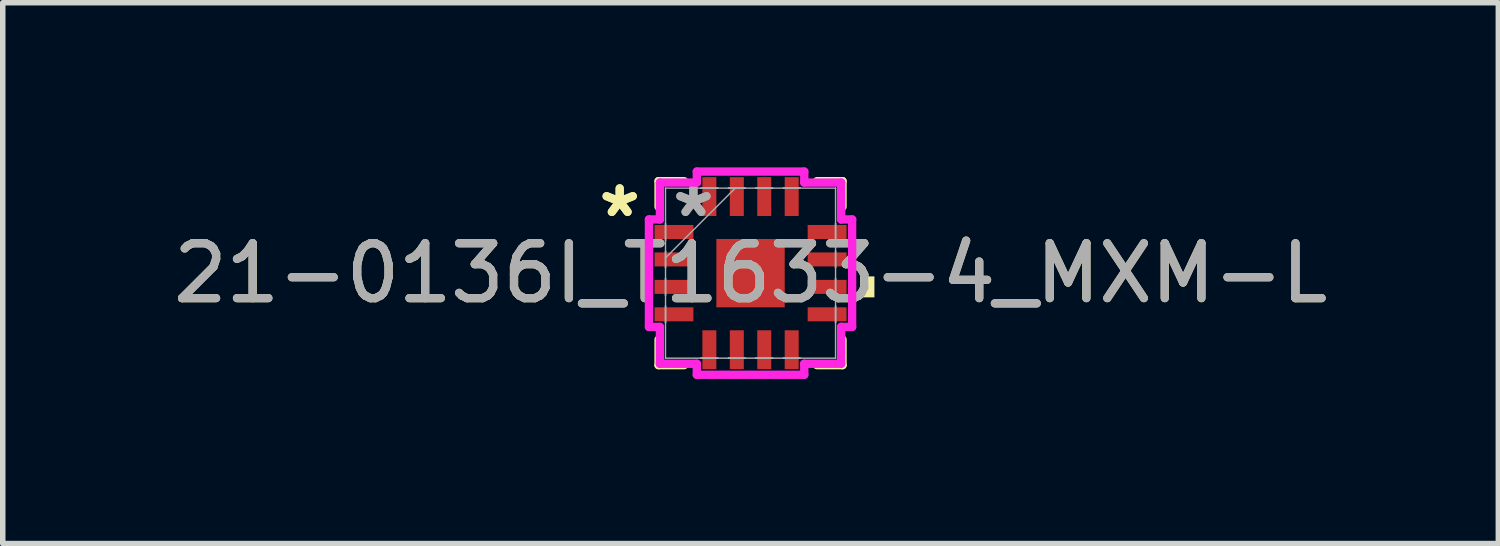
<source format=kicad_pcb>
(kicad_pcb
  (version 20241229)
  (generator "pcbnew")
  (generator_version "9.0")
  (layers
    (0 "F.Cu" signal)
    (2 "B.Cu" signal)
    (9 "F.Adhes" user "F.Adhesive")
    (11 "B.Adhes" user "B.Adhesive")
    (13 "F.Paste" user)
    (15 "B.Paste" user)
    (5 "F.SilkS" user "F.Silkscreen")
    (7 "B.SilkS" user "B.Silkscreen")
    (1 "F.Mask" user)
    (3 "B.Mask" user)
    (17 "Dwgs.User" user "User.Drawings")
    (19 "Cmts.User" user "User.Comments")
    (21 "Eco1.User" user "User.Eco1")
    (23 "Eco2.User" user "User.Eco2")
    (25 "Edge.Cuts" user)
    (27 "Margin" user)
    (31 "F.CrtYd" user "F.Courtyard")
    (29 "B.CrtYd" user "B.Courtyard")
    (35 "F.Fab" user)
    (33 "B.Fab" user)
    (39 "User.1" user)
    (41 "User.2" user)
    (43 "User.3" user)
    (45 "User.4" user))
  (footprint "21-0136I_T1633-4_MXM-L"
    (layer "F.Cu")
    (at 10.625 1.927)
    (property "Reference" "21-0136I_T1633-4_MXM-L" (at 0 0 0) (unlocked yes) (layer "F.SilkS") (effects (font (size 1 1) (thickness 0.15))))
    (attr smd)
    (fp_line (start -1.676 -1.676) (end -1.676 -1.21) (stroke (width 0.152) (type solid)) (layer "F.SilkS"))
    (fp_line (start -1.676 1.21) (end -1.676 1.676) (stroke (width 0.152) (type solid)) (layer "F.SilkS"))
    (fp_line (start -1.676 1.676) (end -1.21 1.676) (stroke (width 0.152) (type solid)) (layer "F.SilkS"))
    (fp_line (start -1.21 -1.676) (end -1.676 -1.676) (stroke (width 0.152) (type solid)) (layer "F.SilkS"))
    (fp_line (start 1.21 1.676) (end 1.676 1.676) (stroke (width 0.152) (type solid)) (layer "F.SilkS"))
    (fp_line (start 1.676 -1.676) (end 1.21 -1.676) (stroke (width 0.152) (type solid)) (layer "F.SilkS"))
    (fp_line (start 1.676 -1.21) (end 1.676 -1.676) (stroke (width 0.152) (type solid)) (layer "F.SilkS"))
    (fp_line (start 1.676 1.676) (end 1.676 1.21) (stroke (width 0.152) (type solid)) (layer "F.SilkS"))
    (fp_poly (pts (xy 2.257 0.059) (xy 2.257 0.441) (xy 2.003 0.441) (xy 2.003 0.059)) (stroke (width 0) (type solid)) (fill yes) (layer "F.SilkS"))
    (fp_line (start -1.851 -0.979) (end -1.651 -0.979) (stroke (width 0.152) (type solid)) (layer "F.CrtYd"))
    (fp_line (start -1.851 0.979) (end -1.851 -0.979) (stroke (width 0.152) (type solid)) (layer "F.CrtYd"))
    (fp_line (start -1.651 -1.651) (end -0.979 -1.651) (stroke (width 0.152) (type solid)) (layer "F.CrtYd"))
    (fp_line (start -1.651 -0.979) (end -1.651 -1.651) (stroke (width 0.152) (type solid)) (layer "F.CrtYd"))
    (fp_line (start -1.651 0.979) (end -1.851 0.979) (stroke (width 0.152) (type solid)) (layer "F.CrtYd"))
    (fp_line (start -1.651 1.651) (end -1.651 0.979) (stroke (width 0.152) (type solid)) (layer "F.CrtYd"))
    (fp_line (start -0.979 -1.851) (end 0.979 -1.851) (stroke (width 0.152) (type solid)) (layer "F.CrtYd"))
    (fp_line (start -0.979 -1.651) (end -0.979 -1.851) (stroke (width 0.152) (type solid)) (layer "F.CrtYd"))
    (fp_line (start -0.979 1.651) (end -1.651 1.651) (stroke (width 0.152) (type solid)) (layer "F.CrtYd"))
    (fp_line (start -0.979 1.851) (end -0.979 1.651) (stroke (width 0.152) (type solid)) (layer "F.CrtYd"))
    (fp_line (start 0.979 -1.851) (end 0.979 -1.651) (stroke (width 0.152) (type solid)) (layer "F.CrtYd"))
    (fp_line (start 0.979 -1.651) (end 1.651 -1.651) (stroke (width 0.152) (type solid)) (layer "F.CrtYd"))
    (fp_line (start 0.979 1.651) (end 0.979 1.851) (stroke (width 0.152) (type solid)) (layer "F.CrtYd"))
    (fp_line (start 0.979 1.851) (end -0.979 1.851) (stroke (width 0.152) (type solid)) (layer "F.CrtYd"))
    (fp_line (start 1.651 -1.651) (end 1.651 -0.979) (stroke (width 0.152) (type solid)) (layer "F.CrtYd"))
    (fp_line (start 1.651 -0.979) (end 1.851 -0.979) (stroke (width 0.152) (type solid)) (layer "F.CrtYd"))
    (fp_line (start 1.651 0.979) (end 1.651 1.651) (stroke (width 0.152) (type solid)) (layer "F.CrtYd"))
    (fp_line (start 1.651 1.651) (end 0.979 1.651) (stroke (width 0.152) (type solid)) (layer "F.CrtYd"))
    (fp_line (start 1.851 -0.979) (end 1.851 0.979) (stroke (width 0.152) (type solid)) (layer "F.CrtYd"))
    (fp_line (start 1.851 0.979) (end 1.651 0.979) (stroke (width 0.152) (type solid)) (layer "F.CrtYd"))
    (fp_line (start -1.549 -1.549) (end -1.549 -1.549) (stroke (width 0.025) (type solid)) (layer "F.Fab"))
    (fp_line (start -1.549 -1.549) (end -1.549 1.549) (stroke (width 0.025) (type solid)) (layer "F.Fab"))
    (fp_line (start -1.549 -0.902) (end -1.549 -0.902) (stroke (width 0.025) (type solid)) (layer "F.Fab"))
    (fp_line (start -1.549 -0.902) (end -1.549 -0.598) (stroke (width 0.025) (type solid)) (layer "F.Fab"))
    (fp_line (start -1.549 -0.598) (end -1.549 -0.902) (stroke (width 0.025) (type solid)) (layer "F.Fab"))
    (fp_line (start -1.549 -0.598) (end -1.549 -0.598) (stroke (width 0.025) (type solid)) (layer "F.Fab"))
    (fp_line (start -1.549 -0.402) (end -1.549 -0.402) (stroke (width 0.025) (type solid)) (layer "F.Fab"))
    (fp_line (start -1.549 -0.402) (end -1.549 -0.098) (stroke (width 0.025) (type solid)) (layer "F.Fab"))
    (fp_line (start -1.549 -0.279) (end -0.279 -1.549) (stroke (width 0.025) (type solid)) (layer "F.Fab"))
    (fp_line (start -1.549 -0.098) (end -1.549 -0.402) (stroke (width 0.025) (type solid)) (layer "F.Fab"))
    (fp_line (start -1.549 -0.098) (end -1.549 -0.098) (stroke (width 0.025) (type solid)) (layer "F.Fab"))
    (fp_line (start -1.549 0.098) (end -1.549 0.098) (stroke (width 0.025) (type solid)) (layer "F.Fab"))
    (fp_line (start -1.549 0.098) (end -1.549 0.402) (stroke (width 0.025) (type solid)) (layer "F.Fab"))
    (fp_line (start -1.549 0.402) (end -1.549 0.098) (stroke (width 0.025) (type solid)) (layer "F.Fab"))
    (fp_line (start -1.549 0.402) (end -1.549 0.402) (stroke (width 0.025) (type solid)) (layer "F.Fab"))
    (fp_line (start -1.549 0.598) (end -1.549 0.598) (stroke (width 0.025) (type solid)) (layer "F.Fab"))
    (fp_line (start -1.549 0.598) (end -1.549 0.902) (stroke (width 0.025) (type solid)) (layer "F.Fab"))
    (fp_line (start -1.549 0.902) (end -1.549 0.598) (stroke (width 0.025) (type solid)) (layer "F.Fab"))
    (fp_line (start -1.549 0.902) (end -1.549 0.902) (stroke (width 0.025) (type solid)) (layer "F.Fab"))
    (fp_line (start -1.549 1.549) (end -1.549 1.549) (stroke (width 0.025) (type solid)) (layer "F.Fab"))
    (fp_line (start -1.549 1.549) (end 1.549 1.549) (stroke (width 0.025) (type solid)) (layer "F.Fab"))
    (fp_line (start -0.902 -1.549) (end -0.902 -1.549) (stroke (width 0.025) (type solid)) (layer "F.Fab"))
    (fp_line (start -0.902 -1.549) (end -0.598 -1.549) (stroke (width 0.025) (type solid)) (layer "F.Fab"))
    (fp_line (start -0.902 1.549) (end -0.902 1.549) (stroke (width 0.025) (type solid)) (layer "F.Fab"))
    (fp_line (start -0.902 1.549) (end -0.598 1.549) (stroke (width 0.025) (type solid)) (layer "F.Fab"))
    (fp_line (start -0.598 -1.549) (end -0.902 -1.549) (stroke (width 0.025) (type solid)) (layer "F.Fab"))
    (fp_line (start -0.598 -1.549) (end -0.598 -1.549) (stroke (width 0.025) (type solid)) (layer "F.Fab"))
    (fp_line (start -0.598 1.549) (end -0.902 1.549) (stroke (width 0.025) (type solid)) (layer "F.Fab"))
    (fp_line (start -0.598 1.549) (end -0.598 1.549) (stroke (width 0.025) (type solid)) (layer "F.Fab"))
    (fp_line (start -0.402 -1.549) (end -0.402 -1.549) (stroke (width 0.025) (type solid)) (layer "F.Fab"))
    (fp_line (start -0.402 -1.549) (end -0.098 -1.549) (stroke (width 0.025) (type solid)) (layer "F.Fab"))
    (fp_line (start -0.402 1.549) (end -0.402 1.549) (stroke (width 0.025) (type solid)) (layer "F.Fab"))
    (fp_line (start -0.402 1.549) (end -0.098 1.549) (stroke (width 0.025) (type solid)) (layer "F.Fab"))
    (fp_line (start -0.098 -1.549) (end -0.402 -1.549) (stroke (width 0.025) (type solid)) (layer "F.Fab"))
    (fp_line (start -0.098 -1.549) (end -0.098 -1.549) (stroke (width 0.025) (type solid)) (layer "F.Fab"))
    (fp_line (start -0.098 1.549) (end -0.402 1.549) (stroke (width 0.025) (type solid)) (layer "F.Fab"))
    (fp_line (start -0.098 1.549) (end -0.098 1.549) (stroke (width 0.025) (type solid)) (layer "F.Fab"))
    (fp_line (start 0.098 -1.549) (end 0.098 -1.549) (stroke (width 0.025) (type solid)) (layer "F.Fab"))
    (fp_line (start 0.098 -1.549) (end 0.402 -1.549) (stroke (width 0.025) (type solid)) (layer "F.Fab"))
    (fp_line (start 0.098 1.549) (end 0.098 1.549) (stroke (width 0.025) (type solid)) (layer "F.Fab"))
    (fp_line (start 0.098 1.549) (end 0.402 1.549) (stroke (width 0.025) (type solid)) (layer "F.Fab"))
    (fp_line (start 0.402 -1.549) (end 0.098 -1.549) (stroke (width 0.025) (type solid)) (layer "F.Fab"))
    (fp_line (start 0.402 -1.549) (end 0.402 -1.549) (stroke (width 0.025) (type solid)) (layer "F.Fab"))
    (fp_line (start 0.402 1.549) (end 0.098 1.549) (stroke (width 0.025) (type solid)) (layer "F.Fab"))
    (fp_line (start 0.402 1.549) (end 0.402 1.549) (stroke (width 0.025) (type solid)) (layer "F.Fab"))
    (fp_line (start 0.598 -1.549) (end 0.598 -1.549) (stroke (width 0.025) (type solid)) (layer "F.Fab"))
    (fp_line (start 0.598 -1.549) (end 0.902 -1.549) (stroke (width 0.025) (type solid)) (layer "F.Fab"))
    (fp_line (start 0.598 1.549) (end 0.598 1.549) (stroke (width 0.025) (type solid)) (layer "F.Fab"))
    (fp_line (start 0.598 1.549) (end 0.902 1.549) (stroke (width 0.025) (type solid)) (layer "F.Fab"))
    (fp_line (start 0.902 -1.549) (end 0.598 -1.549) (stroke (width 0.025) (type solid)) (layer "F.Fab"))
    (fp_line (start 0.902 -1.549) (end 0.902 -1.549) (stroke (width 0.025) (type solid)) (layer "F.Fab"))
    (fp_line (start 0.902 1.549) (end 0.598 1.549) (stroke (width 0.025) (type solid)) (layer "F.Fab"))
    (fp_line (start 0.902 1.549) (end 0.902 1.549) (stroke (width 0.025) (type solid)) (layer "F.Fab"))
    (fp_line (start 1.549 -1.549) (end -1.549 -1.549) (stroke (width 0.025) (type solid)) (layer "F.Fab"))
    (fp_line (start 1.549 -1.549) (end 1.549 -1.549) (stroke (width 0.025) (type solid)) (layer "F.Fab"))
    (fp_line (start 1.549 -0.902) (end 1.549 -0.902) (stroke (width 0.025) (type solid)) (layer "F.Fab"))
    (fp_line (start 1.549 -0.902) (end 1.549 -0.598) (stroke (width 0.025) (type solid)) (layer "F.Fab"))
    (fp_line (start 1.549 -0.598) (end 1.549 -0.902) (stroke (width 0.025) (type solid)) (layer "F.Fab"))
    (fp_line (start 1.549 -0.598) (end 1.549 -0.598) (stroke (width 0.025) (type solid)) (layer "F.Fab"))
    (fp_line (start 1.549 -0.402) (end 1.549 -0.402) (stroke (width 0.025) (type solid)) (layer "F.Fab"))
    (fp_line (start 1.549 -0.402) (end 1.549 -0.098) (stroke (width 0.025) (type solid)) (layer "F.Fab"))
    (fp_line (start 1.549 -0.098) (end 1.549 -0.402) (stroke (width 0.025) (type solid)) (layer "F.Fab"))
    (fp_line (start 1.549 -0.098) (end 1.549 -0.098) (stroke (width 0.025) (type solid)) (layer "F.Fab"))
    (fp_line (start 1.549 0.098) (end 1.549 0.098) (stroke (width 0.025) (type solid)) (layer "F.Fab"))
    (fp_line (start 1.549 0.098) (end 1.549 0.402) (stroke (width 0.025) (type solid)) (layer "F.Fab"))
    (fp_line (start 1.549 0.402) (end 1.549 0.098) (stroke (width 0.025) (type solid)) (layer "F.Fab"))
    (fp_line (start 1.549 0.402) (end 1.549 0.402) (stroke (width 0.025) (type solid)) (layer "F.Fab"))
    (fp_line (start 1.549 0.598) (end 1.549 0.598) (stroke (width 0.025) (type solid)) (layer "F.Fab"))
    (fp_line (start 1.549 0.598) (end 1.549 0.902) (stroke (width 0.025) (type solid)) (layer "F.Fab"))
    (fp_line (start 1.549 0.902) (end 1.549 0.598) (stroke (width 0.025) (type solid)) (layer "F.Fab"))
    (fp_line (start 1.549 0.902) (end 1.549 0.902) (stroke (width 0.025) (type solid)) (layer "F.Fab"))
    (fp_line (start 1.549 1.549) (end 1.549 -1.549) (stroke (width 0.025) (type solid)) (layer "F.Fab"))
    (fp_line (start 1.549 1.549) (end 1.549 1.549) (stroke (width 0.025) (type solid)) (layer "F.Fab"))
    (fp_text user "*" (at -2.384 -1 0) (unlocked yes) (layer "F.SilkS") (effects (font (size 1 1) (thickness 0.15))))
    (fp_text user "*" (at -2.384 -1 0) (layer "F.SilkS") (effects (font (size 1 1) (thickness 0.15))))
    (fp_text user "${REFERENCE}" (at 0 0 0) (unlocked yes) (layer "F.Fab") (effects (font (size 1 1) (thickness 0.15))))
    (fp_text user "*" (at -1.041 -1 0) (layer "F.Fab") (effects (font (size 1 1) (thickness 0.15))))
    (fp_text user "*" (at -1.041 -1 0) (unlocked yes) (layer "F.Fab") (effects (font (size 1 1) (thickness 0.15))))
    (pad "1" smd rect (at -1.395 -0.75 90) (size 0.255 0.708) (layers "F.Cu" "F.Mask" "F.Paste"))
    (pad "2" smd rect (at -1.395 -0.25 90) (size 0.255 0.708) (layers "F.Cu" "F.Mask" "F.Paste"))
    (pad "3" smd rect (at -1.395 0.25 90) (size 0.255 0.708) (layers "F.Cu" "F.Mask" "F.Paste"))
    (pad "4" smd rect (at -1.395 0.75 90) (size 0.255 0.708) (layers "F.Cu" "F.Mask" "F.Paste"))
    (pad "5" smd rect (at -0.75 1.395) (size 0.255 0.708) (layers "F.Cu" "F.Mask" "F.Paste"))
    (pad "6" smd rect (at -0.25 1.395) (size 0.255 0.708) (layers "F.Cu" "F.Mask" "F.Paste"))
    (pad "7" smd rect (at 0.25 1.395) (size 0.255 0.708) (layers "F.Cu" "F.Mask" "F.Paste"))
    (pad "8" smd rect (at 0.75 1.395) (size 0.255 0.708) (layers "F.Cu" "F.Mask" "F.Paste"))
    (pad "9" smd rect (at 1.395 0.75 90) (size 0.255 0.708) (layers "F.Cu" "F.Mask" "F.Paste"))
    (pad "10" smd rect (at 1.395 0.25 90) (size 0.255 0.708) (layers "F.Cu" "F.Mask" "F.Paste"))
    (pad "11" smd rect (at 1.395 -0.25 90) (size 0.255 0.708) (layers "F.Cu" "F.Mask" "F.Paste"))
    (pad "12" smd rect (at 1.395 -0.75 90) (size 0.255 0.708) (layers "F.Cu" "F.Mask" "F.Paste"))
    (pad "13" smd rect (at 0.75 -1.395) (size 0.255 0.708) (layers "F.Cu" "F.Mask" "F.Paste"))
    (pad "14" smd rect (at 0.25 -1.395) (size 0.255 0.708) (layers "F.Cu" "F.Mask" "F.Paste"))
    (pad "15" smd rect (at -0.25 -1.395) (size 0.255 0.708) (layers "F.Cu" "F.Mask" "F.Paste"))
    (pad "16" smd rect (at -0.75 -1.395) (size 0.255 0.708) (layers "F.Cu" "F.Mask" "F.Paste"))
    (pad "17" smd rect (at 0 0) (size 1.245 1.245) (layers "F.Cu" "F.Mask" "F.Paste")))
  (gr_rect
    (start -3 -3)
    (end 24.25 6.854)
    (stroke (width 0.1) (type default))
    (fill no)
    (layer "Edge.Cuts")))
</source>
